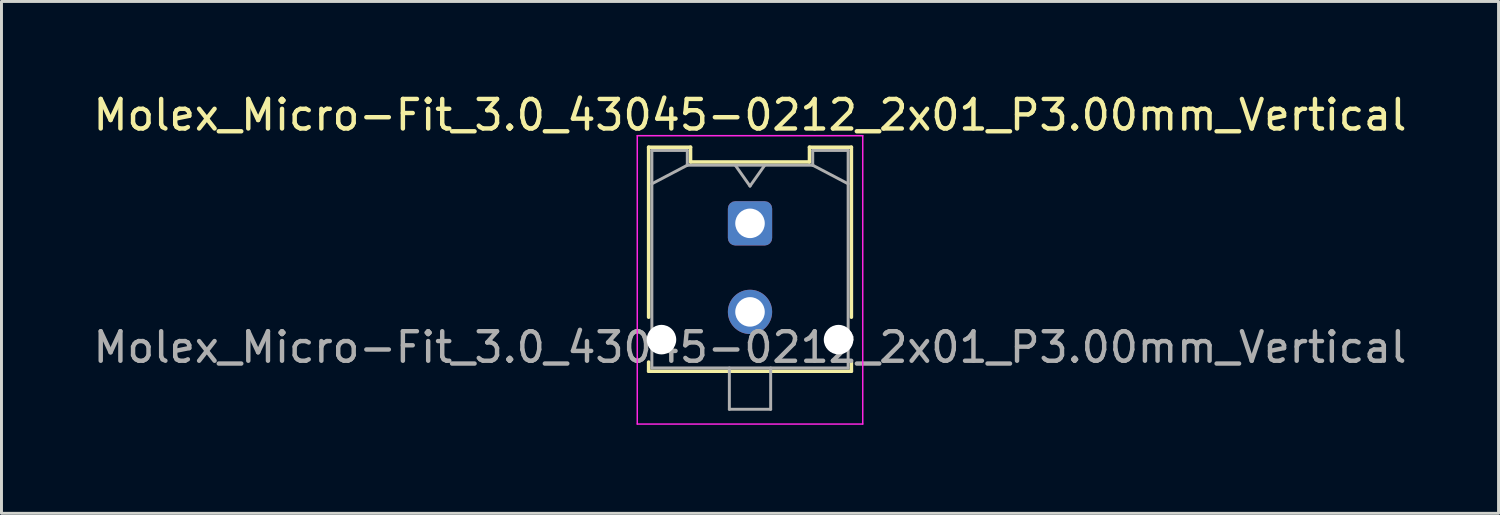
<source format=kicad_pcb>
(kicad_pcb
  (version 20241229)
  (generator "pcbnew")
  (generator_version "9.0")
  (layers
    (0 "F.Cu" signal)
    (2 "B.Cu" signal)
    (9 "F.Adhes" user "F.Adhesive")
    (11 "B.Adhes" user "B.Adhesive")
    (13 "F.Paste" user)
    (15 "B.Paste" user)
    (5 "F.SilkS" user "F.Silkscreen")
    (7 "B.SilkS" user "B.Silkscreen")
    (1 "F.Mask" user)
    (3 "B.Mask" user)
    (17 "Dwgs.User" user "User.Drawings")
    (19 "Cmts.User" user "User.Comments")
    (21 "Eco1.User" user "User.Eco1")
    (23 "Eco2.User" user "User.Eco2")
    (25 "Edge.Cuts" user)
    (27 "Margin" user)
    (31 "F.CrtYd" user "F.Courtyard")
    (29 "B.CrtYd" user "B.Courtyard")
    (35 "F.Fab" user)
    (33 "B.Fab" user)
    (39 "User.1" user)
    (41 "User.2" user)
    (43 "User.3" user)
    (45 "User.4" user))
  (footprint "Molex_Micro-Fit_3.0_43045-0212_2x01_P3.00mm_Vertical"
    (layer "F.Cu")
    (at 22.363 4.518)
    (property "Reference" "Molex_Micro-Fit_3.0_43045-0212_2x01_P3.00mm_Vertical" (at 0 -3.67 0) (layer "F.SilkS") (effects (font (size 1 1) (thickness 0.15))))
    (attr through_hole)
    (fp_line (start -3.435 -2.58) (end -2.015 -2.58) (stroke (width 0.12) (type solid)) (layer "F.SilkS"))
    (fp_line (start -3.435 3.18) (end -3.435 -2.58) (stroke (width 0.12) (type solid)) (layer "F.SilkS"))
    (fp_line (start -3.435 4.7) (end -3.435 5.01) (stroke (width 0.12) (type solid)) (layer "F.SilkS"))
    (fp_line (start -3.435 5.01) (end 3.435 5.01) (stroke (width 0.12) (type solid)) (layer "F.SilkS"))
    (fp_line (start -2.015 -2.58) (end -2.015 -2.08) (stroke (width 0.12) (type solid)) (layer "F.SilkS"))
    (fp_line (start -2.015 -2.08) (end 2.015 -2.08) (stroke (width 0.12) (type solid)) (layer "F.SilkS"))
    (fp_line (start 2.015 -2.58) (end 3.435 -2.58) (stroke (width 0.12) (type solid)) (layer "F.SilkS"))
    (fp_line (start 2.015 -2.08) (end 2.015 -2.58) (stroke (width 0.12) (type solid)) (layer "F.SilkS"))
    (fp_line (start 3.435 -2.58) (end 3.435 3.18) (stroke (width 0.12) (type solid)) (layer "F.SilkS"))
    (fp_line (start 3.435 5.01) (end 3.435 4.7) (stroke (width 0.12) (type solid)) (layer "F.SilkS"))
    (fp_line (start -3.82 -2.97) (end 3.82 -2.97) (stroke (width 0.05) (type solid)) (layer "F.CrtYd"))
    (fp_line (start -3.82 6.8) (end -3.82 -2.97) (stroke (width 0.05) (type solid)) (layer "F.CrtYd"))
    (fp_line (start 3.82 -2.97) (end 3.82 6.8) (stroke (width 0.05) (type solid)) (layer "F.CrtYd"))
    (fp_line (start 3.82 6.8) (end -3.82 6.8) (stroke (width 0.05) (type solid)) (layer "F.CrtYd"))
    (fp_line (start -3.325 -2.47) (end -3.325 4.9) (stroke (width 0.1) (type solid)) (layer "F.Fab"))
    (fp_line (start -3.325 -1.34) (end -2.125 -1.97) (stroke (width 0.1) (type solid)) (layer "F.Fab"))
    (fp_line (start -3.325 4.9) (end 3.325 4.9) (stroke (width 0.1) (type solid)) (layer "F.Fab"))
    (fp_line (start -2.125 -2.47) (end -3.325 -2.47) (stroke (width 0.1) (type solid)) (layer "F.Fab"))
    (fp_line (start -2.125 -1.97) (end -2.125 -2.47) (stroke (width 0.1) (type solid)) (layer "F.Fab"))
    (fp_line (start -0.7 4.9) (end -0.7 6.3) (stroke (width 0.1) (type solid)) (layer "F.Fab"))
    (fp_line (start -0.7 6.3) (end 0.7 6.3) (stroke (width 0.1) (type solid)) (layer "F.Fab"))
    (fp_line (start -0.5 -1.97) (end 0 -1.263) (stroke (width 0.1) (type solid)) (layer "F.Fab"))
    (fp_line (start 0 -1.263) (end 0.5 -1.97) (stroke (width 0.1) (type solid)) (layer "F.Fab"))
    (fp_line (start 0.7 6.3) (end 0.7 4.9) (stroke (width 0.1) (type solid)) (layer "F.Fab"))
    (fp_line (start 2.125 -2.47) (end 2.125 -1.97) (stroke (width 0.1) (type solid)) (layer "F.Fab"))
    (fp_line (start 2.125 -1.97) (end -2.125 -1.97) (stroke (width 0.1) (type solid)) (layer "F.Fab"))
    (fp_line (start 3.325 -2.47) (end 2.125 -2.47) (stroke (width 0.1) (type solid)) (layer "F.Fab"))
    (fp_line (start 3.325 -1.34) (end 2.125 -1.97) (stroke (width 0.1) (type solid)) (layer "F.Fab"))
    (fp_line (start 3.325 4.9) (end 3.325 -2.47) (stroke (width 0.1) (type solid)) (layer "F.Fab"))
    (fp_text user "${REFERENCE}" (at 0 4.2 0) (layer "F.Fab") (effects (font (size 1 1) (thickness 0.15))))
    (pad "" np_thru_hole circle (at -3 3.94) (size 1 1) (drill 1) (layers "*.Cu" "*.Mask"))
    (pad "" np_thru_hole circle (at 3 3.94) (size 1 1) (drill 1) (layers "*.Cu" "*.Mask"))
    (pad "1" thru_hole roundrect (at 0 0) (size 1.5 1.5) (drill 1) (layers "*.Cu" "*.Mask") (roundrect_rratio 0.167))
    (pad "2" thru_hole circle (at 0 3) (size 1.5 1.5) (drill 1) (layers "*.Cu" "*.Mask")))
  (gr_rect
    (start -3 -3)
    (end 47.726 14.343)
    (stroke (width 0.1) (type default))
    (fill no)
    (layer "Edge.Cuts")))
</source>
